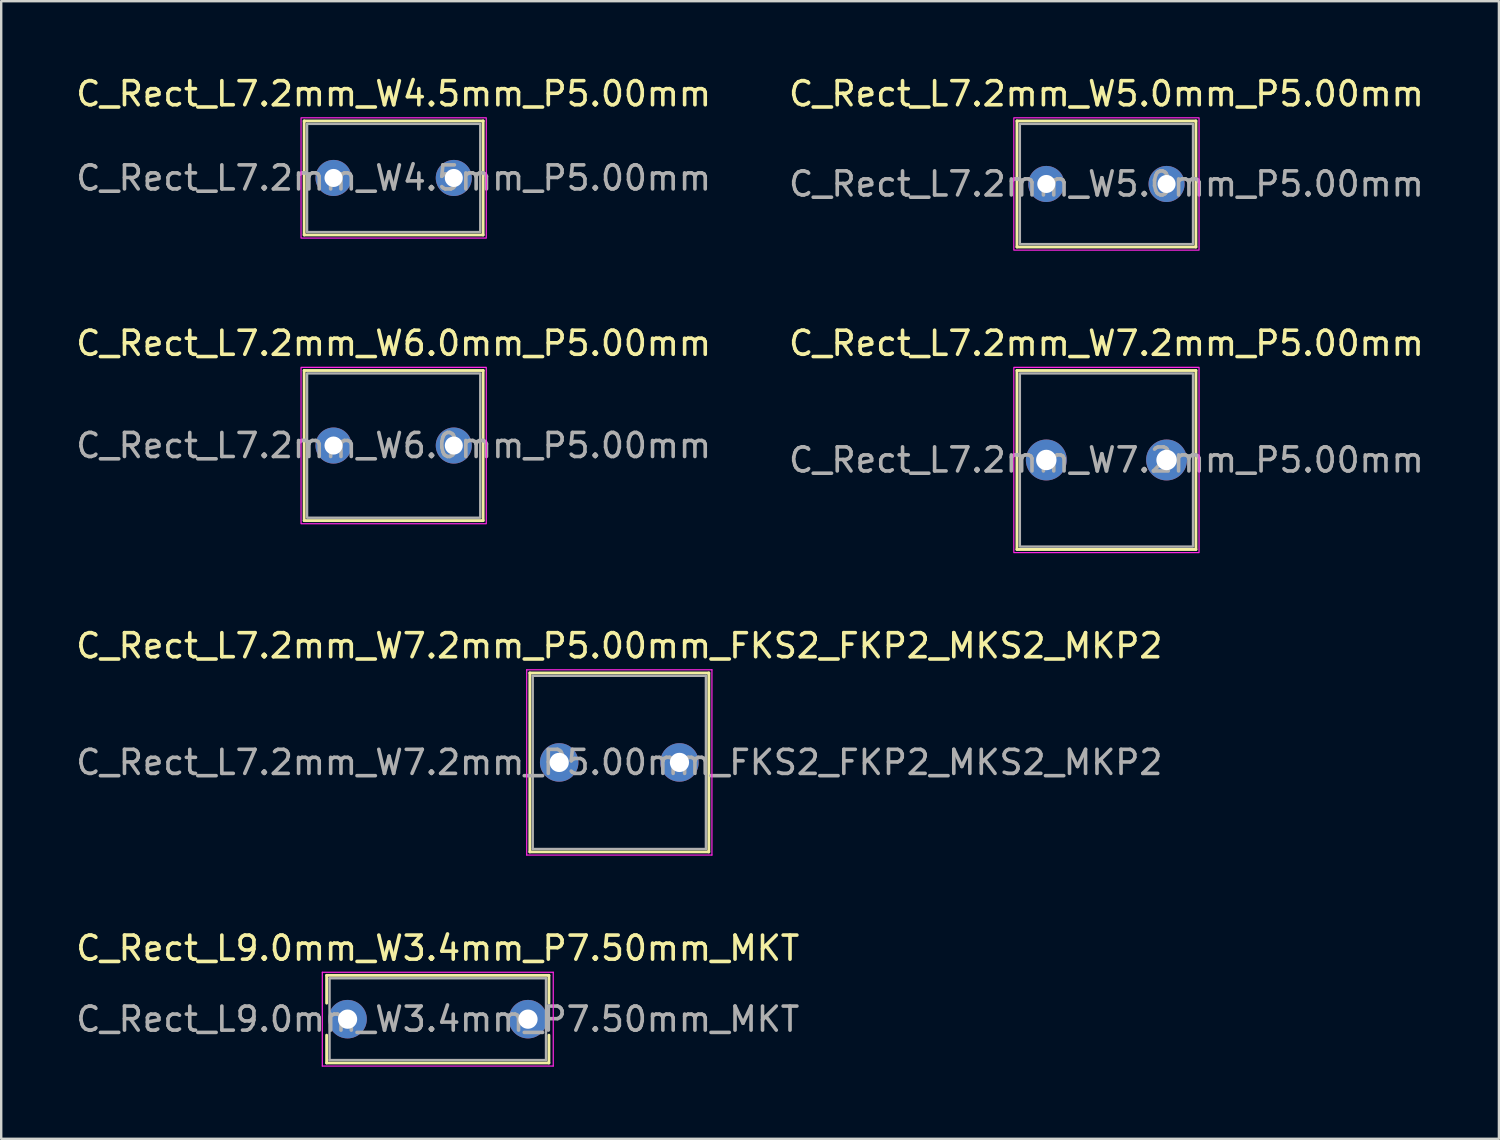
<source format=kicad_pcb>
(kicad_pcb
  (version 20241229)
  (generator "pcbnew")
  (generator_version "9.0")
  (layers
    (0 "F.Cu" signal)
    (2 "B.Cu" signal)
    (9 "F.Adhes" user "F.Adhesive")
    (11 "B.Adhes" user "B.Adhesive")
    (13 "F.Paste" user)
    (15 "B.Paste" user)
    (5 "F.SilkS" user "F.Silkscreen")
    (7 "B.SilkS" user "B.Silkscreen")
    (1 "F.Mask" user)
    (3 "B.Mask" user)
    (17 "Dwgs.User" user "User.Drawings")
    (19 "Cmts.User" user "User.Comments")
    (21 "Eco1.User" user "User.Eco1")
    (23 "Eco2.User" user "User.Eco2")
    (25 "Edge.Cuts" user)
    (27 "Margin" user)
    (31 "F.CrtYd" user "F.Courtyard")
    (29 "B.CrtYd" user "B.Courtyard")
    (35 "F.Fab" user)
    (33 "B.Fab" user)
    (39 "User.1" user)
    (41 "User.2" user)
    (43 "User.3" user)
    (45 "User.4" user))
  (footprint "C_Rect_L7.2mm_W5.0mm_P5.00mm"
    (layer "F.Cu")
    (at 40.446 4.598)
    (property "Reference" "C_Rect_L7.2mm_W5.0mm_P5.00mm" (at 2.5 -3.75 0) (layer "F.SilkS") (effects (font (size 1 1) (thickness 0.15))))
    (attr through_hole)
    (fp_line (start -1.22 -2.62) (end 6.22 -2.62) (stroke (width 0.12) (type solid)) (layer "F.SilkS"))
    (fp_line (start -1.22 2.62) (end -1.22 -2.62) (stroke (width 0.12) (type solid)) (layer "F.SilkS"))
    (fp_line (start 6.22 -2.62) (end 6.22 2.62) (stroke (width 0.12) (type solid)) (layer "F.SilkS"))
    (fp_line (start 6.22 2.62) (end -1.22 2.62) (stroke (width 0.12) (type solid)) (layer "F.SilkS"))
    (fp_rect (start -1.35 -2.75) (end 6.35 2.75) (stroke (width 0.05) (type solid)) (fill no) (layer "F.CrtYd"))
    (fp_rect (start -1.1 -2.5) (end 6.1 2.5) (stroke (width 0.1) (type solid)) (fill no) (layer "F.Fab"))
    (fp_text user "${REFERENCE}" (at 2.5 0 0) (layer "F.Fab") (effects (font (size 1 1) (thickness 0.15))))
    (pad "1" thru_hole circle (at 0 0) (size 1.5 1.5) (drill 0.75) (layers "*.Cu" "*.Mask"))
    (pad "2" thru_hole circle (at 5 0) (size 1.5 1.5) (drill 0.75) (layers "*.Cu" "*.Mask")))
  (footprint "C_Rect_L7.2mm_W4.5mm_P5.00mm"
    (layer "F.Cu")
    (at 10.815 4.348)
    (property "Reference" "C_Rect_L7.2mm_W4.5mm_P5.00mm" (at 2.5 -3.5 0) (layer "F.SilkS") (effects (font (size 1 1) (thickness 0.15))))
    (attr through_hole)
    (fp_line (start -1.22 -2.37) (end 6.22 -2.37) (stroke (width 0.12) (type solid)) (layer "F.SilkS"))
    (fp_line (start -1.22 2.37) (end -1.22 -2.37) (stroke (width 0.12) (type solid)) (layer "F.SilkS"))
    (fp_line (start 6.22 -2.37) (end 6.22 2.37) (stroke (width 0.12) (type solid)) (layer "F.SilkS"))
    (fp_line (start 6.22 2.37) (end -1.22 2.37) (stroke (width 0.12) (type solid)) (layer "F.SilkS"))
    (fp_rect (start -1.35 -2.5) (end 6.35 2.5) (stroke (width 0.05) (type solid)) (fill no) (layer "F.CrtYd"))
    (fp_rect (start -1.1 -2.25) (end 6.1 2.25) (stroke (width 0.1) (type solid)) (fill no) (layer "F.Fab"))
    (fp_text user "${REFERENCE}" (at 2.5 0 0) (layer "F.Fab") (effects (font (size 1 1) (thickness 0.15))))
    (pad "1" thru_hole circle (at 0 0) (size 1.5 1.5) (drill 0.75) (layers "*.Cu" "*.Mask"))
    (pad "2" thru_hole circle (at 5 0) (size 1.5 1.5) (drill 0.75) (layers "*.Cu" "*.Mask")))
  (footprint "C_Rect_L7.2mm_W7.2mm_P5.00mm_FKS2_FKP2_MKS2_MKP2"
    (layer "F.Cu")
    (at 20.196 28.645)
    (property "Reference" "C_Rect_L7.2mm_W7.2mm_P5.00mm_FKS2_FKP2_MKS2_MKP2" (at 2.5 -4.85 0) (layer "F.SilkS") (effects (font (size 1 1) (thickness 0.15))))
    (attr through_hole)
    (fp_line (start -1.22 -3.72) (end -1.22 3.72) (stroke (width 0.12) (type solid)) (layer "F.SilkS"))
    (fp_line (start -1.22 -3.72) (end 6.22 -3.72) (stroke (width 0.12) (type solid)) (layer "F.SilkS"))
    (fp_line (start -1.22 3.72) (end 6.22 3.72) (stroke (width 0.12) (type solid)) (layer "F.SilkS"))
    (fp_line (start 6.22 -3.72) (end 6.22 3.72) (stroke (width 0.12) (type solid)) (layer "F.SilkS"))
    (fp_line (start -1.35 -3.85) (end -1.35 3.85) (stroke (width 0.05) (type solid)) (layer "F.CrtYd"))
    (fp_line (start -1.35 3.85) (end 6.35 3.85) (stroke (width 0.05) (type solid)) (layer "F.CrtYd"))
    (fp_line (start 6.35 -3.85) (end -1.35 -3.85) (stroke (width 0.05) (type solid)) (layer "F.CrtYd"))
    (fp_line (start 6.35 3.85) (end 6.35 -3.85) (stroke (width 0.05) (type solid)) (layer "F.CrtYd"))
    (fp_line (start -1.1 -3.6) (end -1.1 3.6) (stroke (width 0.1) (type solid)) (layer "F.Fab"))
    (fp_line (start -1.1 3.6) (end 6.1 3.6) (stroke (width 0.1) (type solid)) (layer "F.Fab"))
    (fp_line (start 6.1 -3.6) (end -1.1 -3.6) (stroke (width 0.1) (type solid)) (layer "F.Fab"))
    (fp_line (start 6.1 3.6) (end 6.1 -3.6) (stroke (width 0.1) (type solid)) (layer "F.Fab"))
    (fp_text user "${REFERENCE}" (at 2.5 0 0) (layer "F.Fab") (effects (font (size 1 1) (thickness 0.15))))
    (pad "1" thru_hole circle (at 0 0) (size 1.6 1.6) (drill 0.8) (layers "*.Cu" "*.Mask"))
    (pad "2" thru_hole circle (at 5 0) (size 1.6 1.6) (drill 0.8) (layers "*.Cu" "*.Mask")))
  (footprint "C_Rect_L7.2mm_W7.2mm_P5.00mm"
    (layer "F.Cu")
    (at 40.446 16.072)
    (property "Reference" "C_Rect_L7.2mm_W7.2mm_P5.00mm" (at 2.5 -4.85 0) (layer "F.SilkS") (effects (font (size 1 1) (thickness 0.15))))
    (attr through_hole)
    (fp_line (start -1.22 -3.72) (end 6.22 -3.72) (stroke (width 0.12) (type solid)) (layer "F.SilkS"))
    (fp_line (start -1.22 3.72) (end -1.22 -3.72) (stroke (width 0.12) (type solid)) (layer "F.SilkS"))
    (fp_line (start 6.22 -3.72) (end 6.22 3.72) (stroke (width 0.12) (type solid)) (layer "F.SilkS"))
    (fp_line (start 6.22 3.72) (end -1.22 3.72) (stroke (width 0.12) (type solid)) (layer "F.SilkS"))
    (fp_rect (start -1.35 -3.85) (end 6.35 3.85) (stroke (width 0.05) (type solid)) (fill no) (layer "F.CrtYd"))
    (fp_rect (start -1.1 -3.6) (end 6.1 3.6) (stroke (width 0.1) (type solid)) (fill no) (layer "F.Fab"))
    (fp_text user "${REFERENCE}" (at 2.5 0 0) (layer "F.Fab") (effects (font (size 1 1) (thickness 0.15))))
    (pad "1" thru_hole circle (at 0 0) (size 1.7 1.7) (drill 0.85) (layers "*.Cu" "*.Mask"))
    (pad "2" thru_hole circle (at 5 0) (size 1.7 1.7) (drill 0.85) (layers "*.Cu" "*.Mask")))
  (footprint "C_Rect_L7.2mm_W6.0mm_P5.00mm"
    (layer "F.Cu")
    (at 10.815 15.472)
    (property "Reference" "C_Rect_L7.2mm_W6.0mm_P5.00mm" (at 2.5 -4.25 0) (layer "F.SilkS") (effects (font (size 1 1) (thickness 0.15))))
    (attr through_hole)
    (fp_line (start -1.22 -3.12) (end 6.22 -3.12) (stroke (width 0.12) (type solid)) (layer "F.SilkS"))
    (fp_line (start -1.22 3.12) (end -1.22 -3.12) (stroke (width 0.12) (type solid)) (layer "F.SilkS"))
    (fp_line (start 6.22 -3.12) (end 6.22 3.12) (stroke (width 0.12) (type solid)) (layer "F.SilkS"))
    (fp_line (start 6.22 3.12) (end -1.22 3.12) (stroke (width 0.12) (type solid)) (layer "F.SilkS"))
    (fp_rect (start -1.35 -3.25) (end 6.35 3.25) (stroke (width 0.05) (type solid)) (fill no) (layer "F.CrtYd"))
    (fp_rect (start -1.1 -3) (end 6.1 3) (stroke (width 0.1) (type solid)) (fill no) (layer "F.Fab"))
    (fp_text user "${REFERENCE}" (at 2.5 0 0) (layer "F.Fab") (effects (font (size 1 1) (thickness 0.15))))
    (pad "1" thru_hole circle (at 0 0) (size 1.5 1.5) (drill 0.75) (layers "*.Cu" "*.Mask"))
    (pad "2" thru_hole circle (at 5 0) (size 1.5 1.5) (drill 0.75) (layers "*.Cu" "*.Mask")))
  (footprint "C_Rect_L9.0mm_W3.4mm_P7.50mm_MKT"
    (layer "F.Cu")
    (at 11.399 39.318)
    (property "Reference" "C_Rect_L9.0mm_W3.4mm_P7.50mm_MKT" (at 3.75 -2.95 0) (layer "F.SilkS") (effects (font (size 1 1) (thickness 0.15))))
    (attr through_hole)
    (fp_line (start -0.87 -1.82) (end -0.87 -0.665) (stroke (width 0.12) (type solid)) (layer "F.SilkS"))
    (fp_line (start -0.87 -1.82) (end 8.37 -1.82) (stroke (width 0.12) (type solid)) (layer "F.SilkS"))
    (fp_line (start -0.87 0.665) (end -0.87 1.82) (stroke (width 0.12) (type solid)) (layer "F.SilkS"))
    (fp_line (start -0.87 1.82) (end 8.37 1.82) (stroke (width 0.12) (type solid)) (layer "F.SilkS"))
    (fp_line (start 8.37 -1.82) (end 8.37 -0.665) (stroke (width 0.12) (type solid)) (layer "F.SilkS"))
    (fp_line (start 8.37 0.665) (end 8.37 1.82) (stroke (width 0.12) (type solid)) (layer "F.SilkS"))
    (fp_line (start -1.05 -1.95) (end -1.05 1.95) (stroke (width 0.05) (type solid)) (layer "F.CrtYd"))
    (fp_line (start -1.05 1.95) (end 8.55 1.95) (stroke (width 0.05) (type solid)) (layer "F.CrtYd"))
    (fp_line (start 8.55 -1.95) (end -1.05 -1.95) (stroke (width 0.05) (type solid)) (layer "F.CrtYd"))
    (fp_line (start 8.55 1.95) (end 8.55 -1.95) (stroke (width 0.05) (type solid)) (layer "F.CrtYd"))
    (fp_line (start -0.75 -1.7) (end -0.75 1.7) (stroke (width 0.1) (type solid)) (layer "F.Fab"))
    (fp_line (start -0.75 1.7) (end 8.25 1.7) (stroke (width 0.1) (type solid)) (layer "F.Fab"))
    (fp_line (start 8.25 -1.7) (end -0.75 -1.7) (stroke (width 0.1) (type solid)) (layer "F.Fab"))
    (fp_line (start 8.25 1.7) (end 8.25 -1.7) (stroke (width 0.1) (type solid)) (layer "F.Fab"))
    (fp_text user "${REFERENCE}" (at 3.75 0 0) (layer "F.Fab") (effects (font (size 1 1) (thickness 0.15))))
    (pad "1" thru_hole circle (at 0 0) (size 1.6 1.6) (drill 0.8) (layers "*.Cu" "*.Mask"))
    (pad "2" thru_hole circle (at 7.5 0) (size 1.6 1.6) (drill 0.8) (layers "*.Cu" "*.Mask")))
  (gr_rect
    (start -3 -3)
    (end 59.262 44.293)
    (stroke (width 0.1) (type default))
    (fill no)
    (layer "Edge.Cuts")))
</source>
